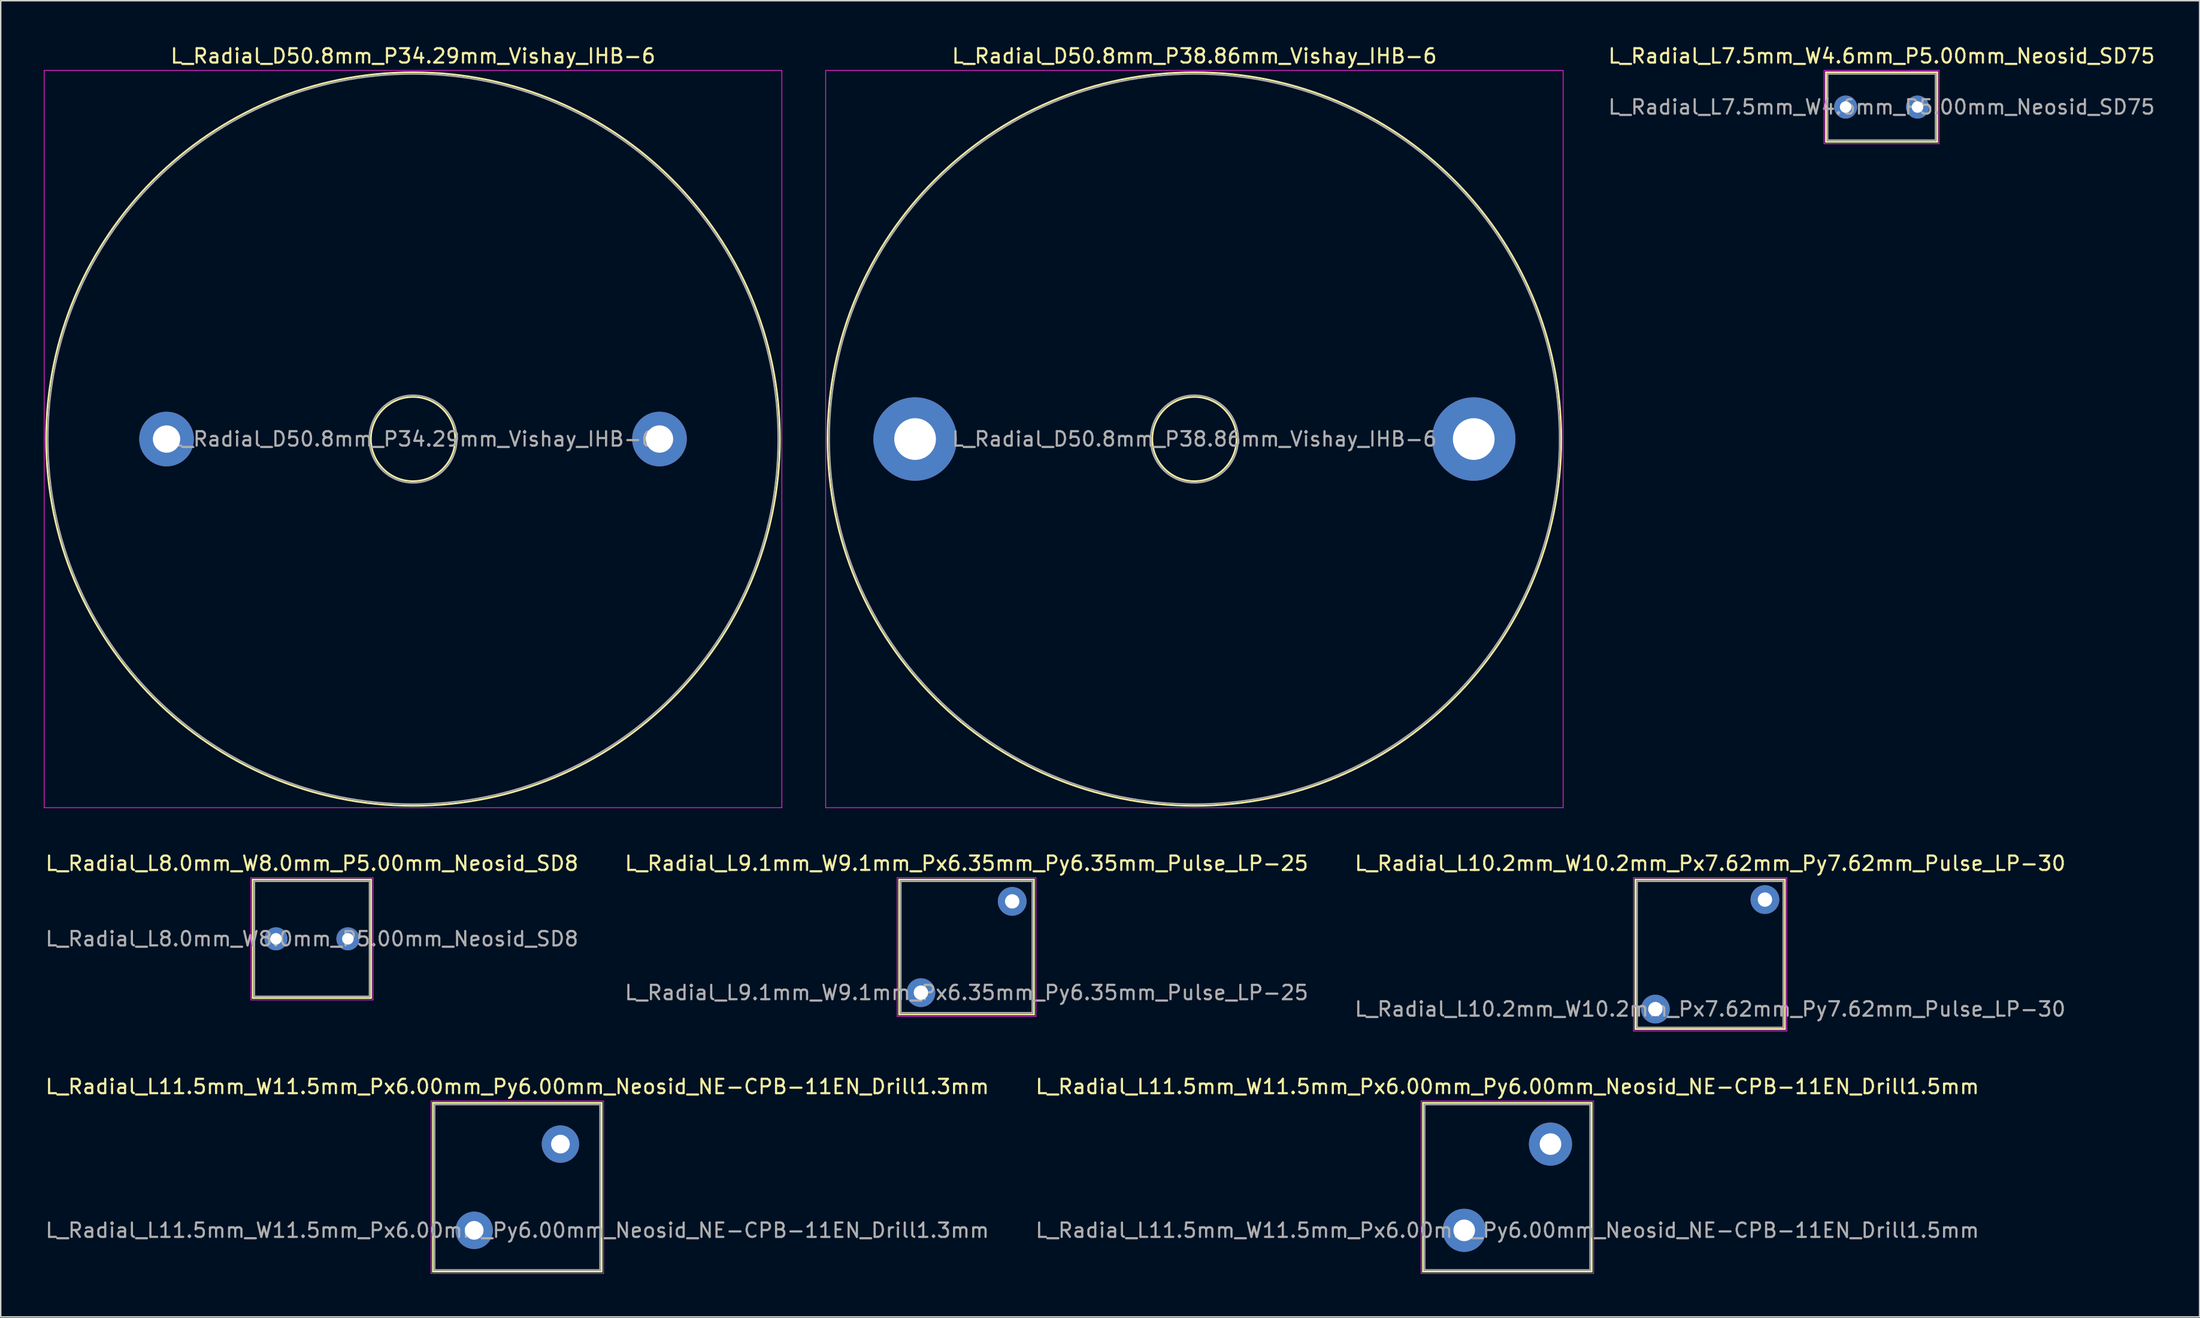
<source format=kicad_pcb>
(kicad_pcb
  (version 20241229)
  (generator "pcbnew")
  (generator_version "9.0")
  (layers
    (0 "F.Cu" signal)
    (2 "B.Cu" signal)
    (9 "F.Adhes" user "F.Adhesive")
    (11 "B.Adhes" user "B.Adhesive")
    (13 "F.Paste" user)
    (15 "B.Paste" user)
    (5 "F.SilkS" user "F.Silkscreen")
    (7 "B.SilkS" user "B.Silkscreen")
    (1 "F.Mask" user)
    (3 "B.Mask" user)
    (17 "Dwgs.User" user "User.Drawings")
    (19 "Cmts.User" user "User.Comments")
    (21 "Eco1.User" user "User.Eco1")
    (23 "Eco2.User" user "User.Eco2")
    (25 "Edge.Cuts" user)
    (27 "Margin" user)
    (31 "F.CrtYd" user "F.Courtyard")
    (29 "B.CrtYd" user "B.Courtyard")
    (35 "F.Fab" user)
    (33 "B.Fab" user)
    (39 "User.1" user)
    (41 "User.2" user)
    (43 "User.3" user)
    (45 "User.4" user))
  (footprint "L_Radial_L9.1mm_W9.1mm_Px6.35mm_Py6.35mm_Pulse_LP-25"
    (layer "F.Cu")
    (at 61.01 66.016)
    (property "Reference" "L_Radial_L9.1mm_W9.1mm_Px6.35mm_Py6.35mm_Pulse_LP-25" (at 3.175 -8.995 0) (layer "F.SilkS") (effects (font (size 1 1) (thickness 0.15))))
    (attr through_hole)
    (fp_line (start -1.515 -7.865) (end -1.515 1.515) (stroke (width 0.12) (type solid)) (layer "F.SilkS"))
    (fp_line (start -1.515 -7.865) (end 7.865 -7.865) (stroke (width 0.12) (type solid)) (layer "F.SilkS"))
    (fp_line (start -1.515 1.515) (end 7.865 1.515) (stroke (width 0.12) (type solid)) (layer "F.SilkS"))
    (fp_line (start 7.865 -7.865) (end 7.865 1.515) (stroke (width 0.12) (type solid)) (layer "F.SilkS"))
    (fp_line (start -1.65 -8) (end -1.65 1.65) (stroke (width 0.05) (type solid)) (layer "F.CrtYd"))
    (fp_line (start -1.65 1.65) (end 8 1.65) (stroke (width 0.05) (type solid)) (layer "F.CrtYd"))
    (fp_line (start 8 -8) (end -1.65 -8) (stroke (width 0.05) (type solid)) (layer "F.CrtYd"))
    (fp_line (start 8 1.65) (end 8 -8) (stroke (width 0.05) (type solid)) (layer "F.CrtYd"))
    (fp_line (start -1.395 -7.745) (end -1.395 1.395) (stroke (width 0.1) (type solid)) (layer "F.Fab"))
    (fp_line (start -1.395 1.395) (end 7.745 1.395) (stroke (width 0.1) (type solid)) (layer "F.Fab"))
    (fp_line (start 7.745 -7.745) (end -1.395 -7.745) (stroke (width 0.1) (type solid)) (layer "F.Fab"))
    (fp_line (start 7.745 1.395) (end 7.745 -7.745) (stroke (width 0.1) (type solid)) (layer "F.Fab"))
    (fp_text user "${REFERENCE}" (at 3.175 0 0) (layer "F.Fab") (effects (font (size 1 1) (thickness 0.15))))
    (pad "1" thru_hole circle (at 0 0) (size 2 2) (drill 1) (layers "*.Cu" "*.Mask"))
    (pad "2" thru_hole circle (at 6.35 -6.35) (size 2 2) (drill 1) (layers "*.Cu" "*.Mask")))
  (footprint "L_Radial_L7.5mm_W4.6mm_P5.00mm_Neosid_SD75"
    (layer "F.Cu")
    (at 125.335 4.398)
    (property "Reference" "L_Radial_L7.5mm_W4.6mm_P5.00mm_Neosid_SD75" (at 2.5 -3.55 0) (layer "F.SilkS") (effects (font (size 1 1) (thickness 0.15))))
    (attr through_hole)
    (fp_line (start -1.37 -2.42) (end -1.37 2.42) (stroke (width 0.12) (type solid)) (layer "F.SilkS"))
    (fp_line (start -1.37 -2.42) (end 6.37 -2.42) (stroke (width 0.12) (type solid)) (layer "F.SilkS"))
    (fp_line (start -1.37 2.42) (end 6.37 2.42) (stroke (width 0.12) (type solid)) (layer "F.SilkS"))
    (fp_line (start 6.37 -2.42) (end 6.37 2.42) (stroke (width 0.12) (type solid)) (layer "F.SilkS"))
    (fp_line (start -1.5 -2.55) (end -1.5 2.55) (stroke (width 0.05) (type solid)) (layer "F.CrtYd"))
    (fp_line (start -1.5 2.55) (end 6.5 2.55) (stroke (width 0.05) (type solid)) (layer "F.CrtYd"))
    (fp_line (start 6.5 -2.55) (end -1.5 -2.55) (stroke (width 0.05) (type solid)) (layer "F.CrtYd"))
    (fp_line (start 6.5 2.55) (end 6.5 -2.55) (stroke (width 0.05) (type solid)) (layer "F.CrtYd"))
    (fp_line (start -1.25 -2.3) (end -1.25 2.3) (stroke (width 0.1) (type solid)) (layer "F.Fab"))
    (fp_line (start -1.25 2.3) (end 6.25 2.3) (stroke (width 0.1) (type solid)) (layer "F.Fab"))
    (fp_line (start 6.25 -2.3) (end -1.25 -2.3) (stroke (width 0.1) (type solid)) (layer "F.Fab"))
    (fp_line (start 6.25 2.3) (end 6.25 -2.3) (stroke (width 0.1) (type solid)) (layer "F.Fab"))
    (fp_text user "${REFERENCE}" (at 2.5 0 0) (layer "F.Fab") (effects (font (size 1 1) (thickness 0.15))))
    (pad "1" thru_hole circle (at 0 0) (size 1.6 1.6) (drill 0.8) (layers "*.Cu" "*.Mask"))
    (pad "2" thru_hole circle (at 5 0) (size 1.6 1.6) (drill 0.8) (layers "*.Cu" "*.Mask")))
  (footprint "L_Radial_L11.5mm_W11.5mm_Px6.00mm_Py6.00mm_Neosid_NE-CPB-11EN_Drill1.3mm"
    (layer "F.Cu")
    (at 29.935 82.555)
    (property "Reference" "L_Radial_L11.5mm_W11.5mm_Px6.00mm_Py6.00mm_Neosid_NE-CPB-11EN_Drill1.3mm" (at 3 -10 0) (layer "F.SilkS") (effects (font (size 1 1) (thickness 0.15))))
    (attr through_hole)
    (fp_line (start -2.87 -8.87) (end -2.87 2.87) (stroke (width 0.12) (type solid)) (layer "F.SilkS"))
    (fp_line (start -2.87 -8.87) (end 8.87 -8.87) (stroke (width 0.12) (type solid)) (layer "F.SilkS"))
    (fp_line (start -2.87 2.87) (end 8.87 2.87) (stroke (width 0.12) (type solid)) (layer "F.SilkS"))
    (fp_line (start 8.87 -8.87) (end 8.87 2.87) (stroke (width 0.12) (type solid)) (layer "F.SilkS"))
    (fp_line (start -3 -9) (end -3 3) (stroke (width 0.05) (type solid)) (layer "F.CrtYd"))
    (fp_line (start -3 3) (end 9 3) (stroke (width 0.05) (type solid)) (layer "F.CrtYd"))
    (fp_line (start 9 -9) (end -3 -9) (stroke (width 0.05) (type solid)) (layer "F.CrtYd"))
    (fp_line (start 9 3) (end 9 -9) (stroke (width 0.05) (type solid)) (layer "F.CrtYd"))
    (fp_line (start -2.75 -8.75) (end -2.75 2.75) (stroke (width 0.1) (type solid)) (layer "F.Fab"))
    (fp_line (start -2.75 2.75) (end 8.75 2.75) (stroke (width 0.1) (type solid)) (layer "F.Fab"))
    (fp_line (start 8.75 -8.75) (end -2.75 -8.75) (stroke (width 0.1) (type solid)) (layer "F.Fab"))
    (fp_line (start 8.75 2.75) (end 8.75 -8.75) (stroke (width 0.1) (type solid)) (layer "F.Fab"))
    (fp_text user "${REFERENCE}" (at 3 0 0) (layer "F.Fab") (effects (font (size 1 1) (thickness 0.15))))
    (pad "1" thru_hole circle (at 0 0) (size 2.6 2.6) (drill 1.3) (layers "*.Cu" "*.Mask"))
    (pad "2" thru_hole circle (at 6 -6) (size 2.6 2.6) (drill 1.3) (layers "*.Cu" "*.Mask")))
  (footprint "L_Radial_D50.8mm_P38.86mm_Vishay_IHB-6"
    (layer "F.Cu")
    (at 60.605 27.498)
    (property "Reference" "L_Radial_D50.8mm_P38.86mm_Vishay_IHB-6" (at 19.43 -26.65 0) (layer "F.SilkS") (effects (font (size 1 1) (thickness 0.15))))
    (attr through_hole)
    (fp_circle (center 19.43 0) (end 22.36 0) (stroke (width 0.12) (type solid)) (fill no) (layer "F.SilkS"))
    (fp_circle (center 19.43 0) (end 44.95 0) (stroke (width 0.12) (type solid)) (fill no) (layer "F.SilkS"))
    (fp_line (start -6.22 -25.65) (end -6.22 25.65) (stroke (width 0.05) (type solid)) (layer "F.CrtYd"))
    (fp_line (start -6.22 25.65) (end 45.08 25.65) (stroke (width 0.05) (type solid)) (layer "F.CrtYd"))
    (fp_line (start 45.08 -25.65) (end -6.22 -25.65) (stroke (width 0.05) (type solid)) (layer "F.CrtYd"))
    (fp_line (start 45.08 25.65) (end 45.08 -25.65) (stroke (width 0.05) (type solid)) (layer "F.CrtYd"))
    (fp_circle (center 19.43 0) (end 22.48 0) (stroke (width 0.1) (type solid)) (fill no) (layer "F.Fab"))
    (fp_circle (center 19.43 0) (end 44.83 0) (stroke (width 0.1) (type solid)) (fill no) (layer "F.Fab"))
    (fp_text user "${REFERENCE}" (at 19.43 0 0) (layer "F.Fab") (effects (font (size 1 1) (thickness 0.15))))
    (pad "1" thru_hole circle (at 0 0) (size 5.8 5.8) (drill 2.9) (layers "*.Cu" "*.Mask"))
    (pad "2" thru_hole circle (at 38.86 0) (size 5.8 5.8) (drill 2.9) (layers "*.Cu" "*.Mask")))
  (footprint "L_Radial_L11.5mm_W11.5mm_Px6.00mm_Py6.00mm_Neosid_NE-CPB-11EN_Drill1.5mm"
    (layer "F.Cu")
    (at 98.804 82.555)
    (property "Reference" "L_Radial_L11.5mm_W11.5mm_Px6.00mm_Py6.00mm_Neosid_NE-CPB-11EN_Drill1.5mm" (at 3 -10 0) (layer "F.SilkS") (effects (font (size 1 1) (thickness 0.15))))
    (attr through_hole)
    (fp_line (start -2.87 -8.87) (end -2.87 2.87) (stroke (width 0.12) (type solid)) (layer "F.SilkS"))
    (fp_line (start -2.87 -8.87) (end 8.87 -8.87) (stroke (width 0.12) (type solid)) (layer "F.SilkS"))
    (fp_line (start -2.87 2.87) (end 8.87 2.87) (stroke (width 0.12) (type solid)) (layer "F.SilkS"))
    (fp_line (start 8.87 -8.87) (end 8.87 2.87) (stroke (width 0.12) (type solid)) (layer "F.SilkS"))
    (fp_line (start -3 -9) (end -3 3) (stroke (width 0.05) (type solid)) (layer "F.CrtYd"))
    (fp_line (start -3 3) (end 9 3) (stroke (width 0.05) (type solid)) (layer "F.CrtYd"))
    (fp_line (start 9 -9) (end -3 -9) (stroke (width 0.05) (type solid)) (layer "F.CrtYd"))
    (fp_line (start 9 3) (end 9 -9) (stroke (width 0.05) (type solid)) (layer "F.CrtYd"))
    (fp_line (start -2.75 -8.75) (end -2.75 2.75) (stroke (width 0.1) (type solid)) (layer "F.Fab"))
    (fp_line (start -2.75 2.75) (end 8.75 2.75) (stroke (width 0.1) (type solid)) (layer "F.Fab"))
    (fp_line (start 8.75 -8.75) (end -2.75 -8.75) (stroke (width 0.1) (type solid)) (layer "F.Fab"))
    (fp_line (start 8.75 2.75) (end 8.75 -8.75) (stroke (width 0.1) (type solid)) (layer "F.Fab"))
    (fp_text user "${REFERENCE}" (at 3 0 0) (layer "F.Fab") (effects (font (size 1 1) (thickness 0.15))))
    (pad "1" thru_hole circle (at 0 0) (size 3 3) (drill 1.5) (layers "*.Cu" "*.Mask"))
    (pad "2" thru_hole circle (at 6 -6) (size 3 3) (drill 1.5) (layers "*.Cu" "*.Mask")))
  (footprint "L_Radial_D50.8mm_P34.29mm_Vishay_IHB-6"
    (layer "F.Cu")
    (at 8.535 27.498)
    (property "Reference" "L_Radial_D50.8mm_P34.29mm_Vishay_IHB-6" (at 17.145 -26.65 0) (layer "F.SilkS") (effects (font (size 1 1) (thickness 0.15))))
    (attr through_hole)
    (fp_circle (center 17.145 0) (end 20.075 0) (stroke (width 0.12) (type solid)) (fill no) (layer "F.SilkS"))
    (fp_circle (center 17.145 0) (end 42.665 0) (stroke (width 0.12) (type solid)) (fill no) (layer "F.SilkS"))
    (fp_line (start -8.51 -25.65) (end -8.51 25.65) (stroke (width 0.05) (type solid)) (layer "F.CrtYd"))
    (fp_line (start -8.51 25.65) (end 42.8 25.65) (stroke (width 0.05) (type solid)) (layer "F.CrtYd"))
    (fp_line (start 42.8 -25.65) (end -8.51 -25.65) (stroke (width 0.05) (type solid)) (layer "F.CrtYd"))
    (fp_line (start 42.8 25.65) (end 42.8 -25.65) (stroke (width 0.05) (type solid)) (layer "F.CrtYd"))
    (fp_circle (center 17.145 0) (end 20.195 0) (stroke (width 0.1) (type solid)) (fill no) (layer "F.Fab"))
    (fp_circle (center 17.145 0) (end 42.545 0) (stroke (width 0.1) (type solid)) (fill no) (layer "F.Fab"))
    (fp_text user "${REFERENCE}" (at 17.145 0 0) (layer "F.Fab") (effects (font (size 1 1) (thickness 0.15))))
    (pad "1" thru_hole circle (at 0 0) (size 3.8 3.8) (drill 1.9) (layers "*.Cu" "*.Mask"))
    (pad "2" thru_hole circle (at 34.29 0) (size 3.8 3.8) (drill 1.9) (layers "*.Cu" "*.Mask")))
  (footprint "L_Radial_L10.2mm_W10.2mm_Px7.62mm_Py7.62mm_Pulse_LP-30"
    (layer "F.Cu")
    (at 112.101 67.162)
    (property "Reference" "L_Radial_L10.2mm_W10.2mm_Px7.62mm_Py7.62mm_Pulse_LP-30" (at 3.81 -10.14 0) (layer "F.SilkS") (effects (font (size 1 1) (thickness 0.15))))
    (attr through_hole)
    (fp_line (start -1.39 -9.01) (end -1.39 1.39) (stroke (width 0.12) (type solid)) (layer "F.SilkS"))
    (fp_line (start -1.39 -9.01) (end 9.01 -9.01) (stroke (width 0.12) (type solid)) (layer "F.SilkS"))
    (fp_line (start -1.39 1.39) (end 9.01 1.39) (stroke (width 0.12) (type solid)) (layer "F.SilkS"))
    (fp_line (start 9.01 -9.01) (end 9.01 1.39) (stroke (width 0.12) (type solid)) (layer "F.SilkS"))
    (fp_line (start -1.52 -9.14) (end -1.52 1.52) (stroke (width 0.05) (type solid)) (layer "F.CrtYd"))
    (fp_line (start -1.52 1.52) (end 9.14 1.52) (stroke (width 0.05) (type solid)) (layer "F.CrtYd"))
    (fp_line (start 9.14 -9.14) (end -1.52 -9.14) (stroke (width 0.05) (type solid)) (layer "F.CrtYd"))
    (fp_line (start 9.14 1.52) (end 9.14 -9.14) (stroke (width 0.05) (type solid)) (layer "F.CrtYd"))
    (fp_line (start -1.27 -8.89) (end -1.27 1.27) (stroke (width 0.1) (type solid)) (layer "F.Fab"))
    (fp_line (start -1.27 1.27) (end 8.89 1.27) (stroke (width 0.1) (type solid)) (layer "F.Fab"))
    (fp_line (start 8.89 -8.89) (end -1.27 -8.89) (stroke (width 0.1) (type solid)) (layer "F.Fab"))
    (fp_line (start 8.89 1.27) (end 8.89 -8.89) (stroke (width 0.1) (type solid)) (layer "F.Fab"))
    (fp_text user "${REFERENCE}" (at 3.81 0 0) (layer "F.Fab") (effects (font (size 1 1) (thickness 0.15))))
    (pad "1" thru_hole circle (at 0 0) (size 2 2) (drill 1) (layers "*.Cu" "*.Mask"))
    (pad "2" thru_hole circle (at 7.62 -7.62) (size 2 2) (drill 1) (layers "*.Cu" "*.Mask")))
  (footprint "L_Radial_L8.0mm_W8.0mm_P5.00mm_Neosid_SD8"
    (layer "F.Cu")
    (at 16.149 62.272)
    (property "Reference" "L_Radial_L8.0mm_W8.0mm_P5.00mm_Neosid_SD8" (at 2.5 -5.25 0) (layer "F.SilkS") (effects (font (size 1 1) (thickness 0.15))))
    (attr through_hole)
    (fp_line (start -1.62 -4.12) (end -1.62 4.12) (stroke (width 0.12) (type solid)) (layer "F.SilkS"))
    (fp_line (start -1.62 -4.12) (end 6.62 -4.12) (stroke (width 0.12) (type solid)) (layer "F.SilkS"))
    (fp_line (start -1.62 4.12) (end 6.62 4.12) (stroke (width 0.12) (type solid)) (layer "F.SilkS"))
    (fp_line (start 6.62 -4.12) (end 6.62 4.12) (stroke (width 0.12) (type solid)) (layer "F.SilkS"))
    (fp_line (start -1.75 -4.25) (end -1.75 4.25) (stroke (width 0.05) (type solid)) (layer "F.CrtYd"))
    (fp_line (start -1.75 4.25) (end 6.75 4.25) (stroke (width 0.05) (type solid)) (layer "F.CrtYd"))
    (fp_line (start 6.75 -4.25) (end -1.75 -4.25) (stroke (width 0.05) (type solid)) (layer "F.CrtYd"))
    (fp_line (start 6.75 4.25) (end 6.75 -4.25) (stroke (width 0.05) (type solid)) (layer "F.CrtYd"))
    (fp_line (start -1.5 -4) (end -1.5 4) (stroke (width 0.1) (type solid)) (layer "F.Fab"))
    (fp_line (start -1.5 4) (end 6.5 4) (stroke (width 0.1) (type solid)) (layer "F.Fab"))
    (fp_line (start 6.5 -4) (end -1.5 -4) (stroke (width 0.1) (type solid)) (layer "F.Fab"))
    (fp_line (start 6.5 4) (end 6.5 -4) (stroke (width 0.1) (type solid)) (layer "F.Fab"))
    (fp_text user "${REFERENCE}" (at 2.5 0 0) (layer "F.Fab") (effects (font (size 1 1) (thickness 0.15))))
    (pad "1" thru_hole circle (at 0 0) (size 1.6 1.6) (drill 0.8) (layers "*.Cu" "*.Mask"))
    (pad "2" thru_hole circle (at 5 0) (size 1.6 1.6) (drill 0.8) (layers "*.Cu" "*.Mask")))
  (gr_rect
    (start -3 -3)
    (end 149.96 88.58)
    (stroke (width 0.1) (type default))
    (fill no)
    (layer "Edge.Cuts")))
</source>
